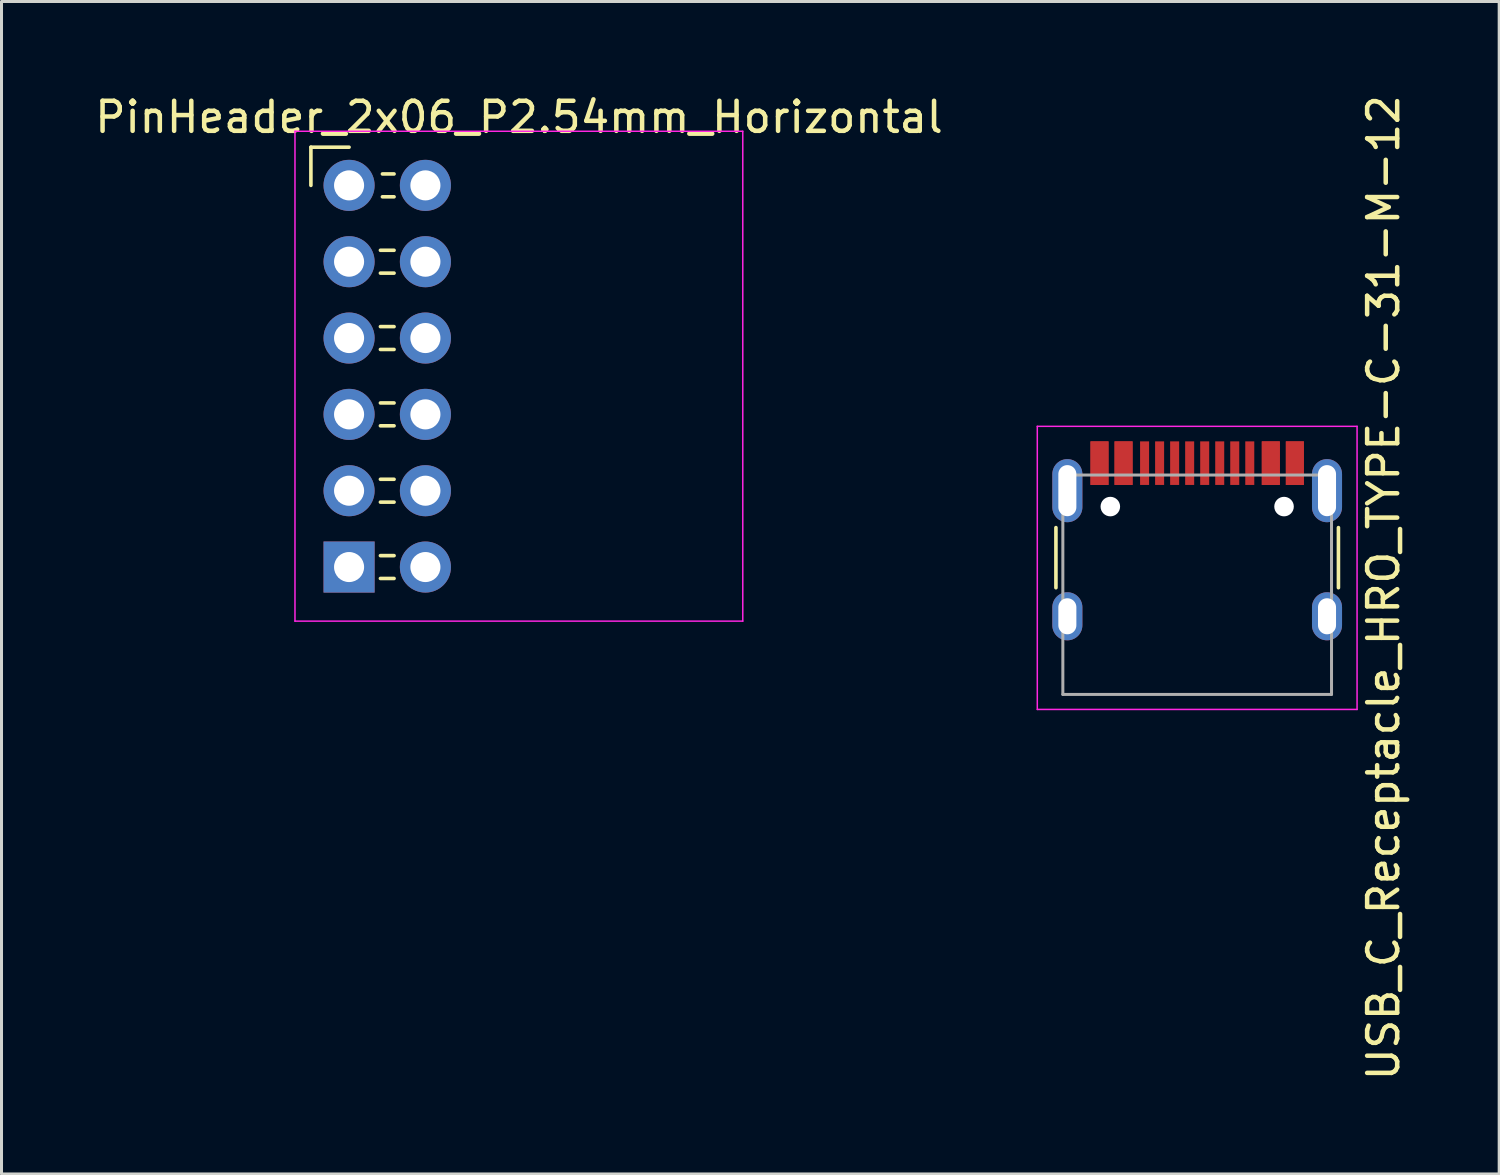
<source format=kicad_pcb>
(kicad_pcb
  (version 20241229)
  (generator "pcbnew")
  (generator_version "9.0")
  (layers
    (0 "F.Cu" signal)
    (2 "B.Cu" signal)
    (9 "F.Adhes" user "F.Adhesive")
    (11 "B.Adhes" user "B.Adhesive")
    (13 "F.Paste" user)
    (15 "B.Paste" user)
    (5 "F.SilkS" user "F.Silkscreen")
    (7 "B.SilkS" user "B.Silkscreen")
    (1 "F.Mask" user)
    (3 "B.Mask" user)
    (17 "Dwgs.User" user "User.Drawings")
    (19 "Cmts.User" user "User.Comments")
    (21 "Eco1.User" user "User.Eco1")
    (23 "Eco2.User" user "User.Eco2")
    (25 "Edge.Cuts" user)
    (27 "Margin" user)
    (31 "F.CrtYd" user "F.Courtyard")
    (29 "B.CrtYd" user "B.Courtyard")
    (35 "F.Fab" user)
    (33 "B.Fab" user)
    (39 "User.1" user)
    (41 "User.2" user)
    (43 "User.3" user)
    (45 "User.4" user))
  (footprint "USB_C_Receptacle_HRO_TYPE-C-31-M-12"
    (layer "F.Cu")
    (at 36.785 16.406)
    (property "Reference" "USB_C_Receptacle_HRO_TYPE-C-31-M-12" (at 6.2 0.1 270) (layer "F.SilkS") (effects (font (size 1 1) (thickness 0.15))))
    (attr smd)
    (fp_line (start -4.7 -1.9) (end -4.7 0.1) (stroke (width 0.12) (type solid)) (layer "F.SilkS"))
    (fp_line (start 4.7 -1.9) (end 4.7 0.1) (stroke (width 0.12) (type solid)) (layer "F.SilkS"))
    (fp_line (start -5.32 -5.27) (end -5.32 4.15) (stroke (width 0.05) (type solid)) (layer "F.CrtYd"))
    (fp_line (start -5.32 -5.27) (end 5.32 -5.27) (stroke (width 0.05) (type solid)) (layer "F.CrtYd"))
    (fp_line (start -5.32 4.15) (end 5.32 4.15) (stroke (width 0.05) (type solid)) (layer "F.CrtYd"))
    (fp_line (start 5.32 -5.27) (end 5.32 4.15) (stroke (width 0.05) (type solid)) (layer "F.CrtYd"))
    (fp_line (start -4.47 -3.65) (end -4.47 3.65) (stroke (width 0.1) (type solid)) (layer "F.Fab"))
    (fp_line (start -4.47 -3.65) (end 4.47 -3.65) (stroke (width 0.1) (type solid)) (layer "F.Fab"))
    (fp_line (start -4.47 3.65) (end 4.47 3.65) (stroke (width 0.1) (type solid)) (layer "F.Fab"))
    (fp_line (start 4.47 -3.65) (end 4.47 3.65) (stroke (width 0.1) (type solid)) (layer "F.Fab"))
    (pad "" np_thru_hole circle (at -2.89 -2.6) (size 0.65 0.65) (drill 0.65) (layers "*.Cu" "*.Mask"))
    (pad "" np_thru_hole circle (at 2.89 -2.6) (size 0.65 0.65) (drill 0.65) (layers "*.Cu" "*.Mask"))
    (pad "A1" smd rect (at -3.25 -4.045) (size 0.6 1.45) (layers "F.Cu" "F.Mask" "F.Paste"))
    (pad "A4" smd rect (at -2.45 -4.045) (size 0.6 1.45) (layers "F.Cu" "F.Mask" "F.Paste"))
    (pad "A5" smd rect (at -1.25 -4.045) (size 0.3 1.45) (layers "F.Cu" "F.Mask" "F.Paste"))
    (pad "A6" smd rect (at -0.25 -4.045) (size 0.3 1.45) (layers "F.Cu" "F.Mask" "F.Paste"))
    (pad "A7" smd rect (at 0.25 -4.045) (size 0.3 1.45) (layers "F.Cu" "F.Mask" "F.Paste"))
    (pad "A8" smd rect (at 1.25 -4.045) (size 0.3 1.45) (layers "F.Cu" "F.Mask" "F.Paste"))
    (pad "A9" smd rect (at 2.45 -4.045) (size 0.6 1.45) (layers "F.Cu" "F.Mask" "F.Paste"))
    (pad "A12" smd rect (at 3.25 -4.045) (size 0.6 1.45) (layers "F.Cu" "F.Mask" "F.Paste"))
    (pad "B1" smd rect (at 3.25 -4.045) (size 0.6 1.45) (layers "F.Cu" "F.Mask" "F.Paste"))
    (pad "B4" smd rect (at 2.45 -4.045) (size 0.6 1.45) (layers "F.Cu" "F.Mask" "F.Paste"))
    (pad "B5" smd rect (at 1.75 -4.045) (size 0.3 1.45) (layers "F.Cu" "F.Mask" "F.Paste"))
    (pad "B6" smd rect (at 0.75 -4.045) (size 0.3 1.45) (layers "F.Cu" "F.Mask" "F.Paste"))
    (pad "B7" smd rect (at -0.75 -4.045) (size 0.3 1.45) (layers "F.Cu" "F.Mask" "F.Paste"))
    (pad "B8" smd rect (at -1.75 -4.045) (size 0.3 1.45) (layers "F.Cu" "F.Mask" "F.Paste"))
    (pad "B9" smd rect (at -2.45 -4.045) (size 0.6 1.45) (layers "F.Cu" "F.Mask" "F.Paste"))
    (pad "B12" smd rect (at -3.25 -4.045) (size 0.6 1.45) (layers "F.Cu" "F.Mask" "F.Paste"))
    (pad "S1" thru_hole oval (at -4.32 -3.13) (size 1 2.1) (drill oval 0.6 1.7) (layers "*.Cu" "*.Mask"))
    (pad "S1" thru_hole oval (at -4.32 1.05) (size 1 1.6) (drill oval 0.6 1.2) (layers "*.Cu" "*.Mask"))
    (pad "S1" thru_hole oval (at 4.32 -3.13) (size 1 2.1) (drill oval 0.6 1.7) (layers "*.Cu" "*.Mask"))
    (pad "S1" thru_hole oval (at 4.32 1.05) (size 1 1.6) (drill oval 0.6 1.2) (layers "*.Cu" "*.Mask")))
  (footprint "PinHeader_2x06_P2.54mm_Horizontal"
    (layer "F.Cu")
    (at 9.845 9.478)
    (property "Reference" "PinHeader_2x06_P2.54mm_Horizontal" (at 4.375 -8.63 0) (layer "F.SilkS") (effects (font (size 1 1) (thickness 0.15))))
    (attr through_hole)
    (fp_line (start -2.55 -7.63) (end -1.28 -7.63) (stroke (width 0.12) (type solid)) (layer "F.SilkS"))
    (fp_line (start -2.55 -6.36) (end -2.55 -7.63) (stroke (width 0.12) (type solid)) (layer "F.SilkS"))
    (fp_line (start -0.237 -4.2) (end 0.217 -4.2) (stroke (width 0.12) (type solid)) (layer "F.SilkS"))
    (fp_line (start -0.237 -3.44) (end 0.217 -3.44) (stroke (width 0.12) (type solid)) (layer "F.SilkS"))
    (fp_line (start -0.237 -1.66) (end 0.217 -1.66) (stroke (width 0.12) (type solid)) (layer "F.SilkS"))
    (fp_line (start -0.237 -0.9) (end 0.217 -0.9) (stroke (width 0.12) (type solid)) (layer "F.SilkS"))
    (fp_line (start -0.237 0.88) (end 0.217 0.88) (stroke (width 0.12) (type solid)) (layer "F.SilkS"))
    (fp_line (start -0.237 1.64) (end 0.217 1.64) (stroke (width 0.12) (type solid)) (layer "F.SilkS"))
    (fp_line (start -0.237 3.42) (end 0.217 3.42) (stroke (width 0.12) (type solid)) (layer "F.SilkS"))
    (fp_line (start -0.237 4.18) (end 0.217 4.18) (stroke (width 0.12) (type solid)) (layer "F.SilkS"))
    (fp_line (start -0.237 5.96) (end 0.217 5.96) (stroke (width 0.12) (type solid)) (layer "F.SilkS"))
    (fp_line (start -0.237 6.72) (end 0.217 6.72) (stroke (width 0.12) (type solid)) (layer "F.SilkS"))
    (fp_line (start -0.17 -6.74) (end 0.217 -6.74) (stroke (width 0.12) (type solid)) (layer "F.SilkS"))
    (fp_line (start -0.17 -5.98) (end 0.217 -5.98) (stroke (width 0.12) (type solid)) (layer "F.SilkS"))
    (fp_line (start -3.08 -8.16) (end -3.08 8.14) (stroke (width 0.05) (type solid)) (layer "F.CrtYd"))
    (fp_line (start -3.08 8.14) (end 11.82 8.14) (stroke (width 0.05) (type solid)) (layer "F.CrtYd"))
    (fp_line (start 11.82 -8.16) (end -3.08 -8.16) (stroke (width 0.05) (type solid)) (layer "F.CrtYd"))
    (fp_line (start 11.82 8.14) (end 11.82 -8.16) (stroke (width 0.05) (type solid)) (layer "F.CrtYd"))
    (fp_line (start -1.6 -6.68) (end -1.6 -6.04) (stroke (width 0.1) (type solid)) (layer "F.Fab"))
    (fp_line (start -1.6 -4.14) (end -1.6 -3.5) (stroke (width 0.1) (type solid)) (layer "F.Fab"))
    (fp_line (start -1.6 -1.6) (end -1.6 -0.96) (stroke (width 0.1) (type solid)) (layer "F.Fab"))
    (fp_line (start -1.6 0.94) (end -1.6 1.58) (stroke (width 0.1) (type solid)) (layer "F.Fab"))
    (fp_line (start -1.6 3.48) (end -1.6 4.12) (stroke (width 0.1) (type solid)) (layer "F.Fab"))
    (fp_line (start -1.6 6.02) (end -1.6 6.66) (stroke (width 0.1) (type solid)) (layer "F.Fab"))
    (pad "1" thru_hole rect (at -1.28 6.34) (size 1.7 1.7) (drill 1) (layers "*.Cu" "*.Mask"))
    (pad "2" thru_hole circle (at -1.28 3.8) (size 1.7 1.7) (drill 1) (layers "*.Cu" "*.Mask"))
    (pad "3" thru_hole circle (at -1.28 1.26) (size 1.7 1.7) (drill 1) (layers "*.Cu" "*.Mask"))
    (pad "4" thru_hole circle (at -1.28 -1.28) (size 1.7 1.7) (drill 1) (layers "*.Cu" "*.Mask"))
    (pad "5" thru_hole circle (at -1.28 -3.82) (size 1.7 1.7) (drill 1) (layers "*.Cu" "*.Mask"))
    (pad "6" thru_hole circle (at -1.28 -6.36) (size 1.7 1.7) (drill 1) (layers "*.Cu" "*.Mask"))
    (pad "7" thru_hole oval (at 1.26 6.34) (size 1.7 1.7) (drill 1) (layers "*.Cu" "*.Mask"))
    (pad "8" thru_hole circle (at 1.26 3.8) (size 1.7 1.7) (drill 1) (layers "*.Cu" "*.Mask"))
    (pad "9" thru_hole circle (at 1.26 1.26) (size 1.7 1.7) (drill 1) (layers "*.Cu" "*.Mask"))
    (pad "10" thru_hole circle (at 1.26 -1.28) (size 1.7 1.7) (drill 1) (layers "*.Cu" "*.Mask"))
    (pad "11" thru_hole circle (at 1.26 -3.82) (size 1.7 1.7) (drill 1) (layers "*.Cu" "*.Mask"))
    (pad "12" thru_hole circle (at 1.26 -6.36) (size 1.7 1.7) (drill 1) (layers "*.Cu" "*.Mask")))
  (gr_rect
    (start -3 -3)
    (end 46.834 36.012)
    (stroke (width 0.1) (type default))
    (fill no)
    (layer "Edge.Cuts")))
</source>
